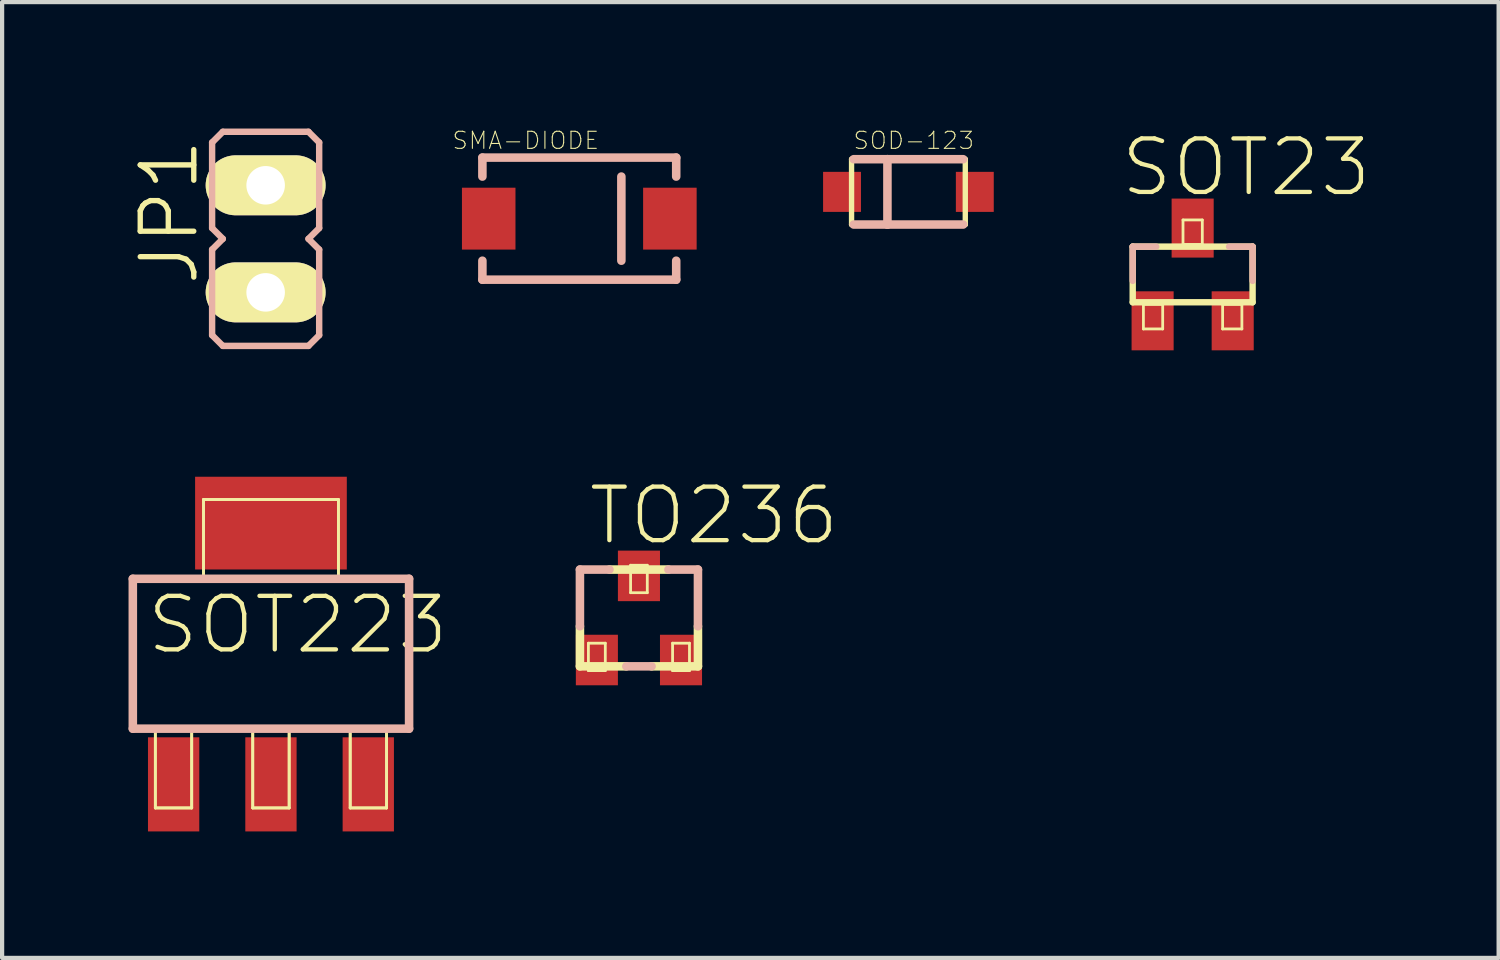
<source format=kicad_pcb>
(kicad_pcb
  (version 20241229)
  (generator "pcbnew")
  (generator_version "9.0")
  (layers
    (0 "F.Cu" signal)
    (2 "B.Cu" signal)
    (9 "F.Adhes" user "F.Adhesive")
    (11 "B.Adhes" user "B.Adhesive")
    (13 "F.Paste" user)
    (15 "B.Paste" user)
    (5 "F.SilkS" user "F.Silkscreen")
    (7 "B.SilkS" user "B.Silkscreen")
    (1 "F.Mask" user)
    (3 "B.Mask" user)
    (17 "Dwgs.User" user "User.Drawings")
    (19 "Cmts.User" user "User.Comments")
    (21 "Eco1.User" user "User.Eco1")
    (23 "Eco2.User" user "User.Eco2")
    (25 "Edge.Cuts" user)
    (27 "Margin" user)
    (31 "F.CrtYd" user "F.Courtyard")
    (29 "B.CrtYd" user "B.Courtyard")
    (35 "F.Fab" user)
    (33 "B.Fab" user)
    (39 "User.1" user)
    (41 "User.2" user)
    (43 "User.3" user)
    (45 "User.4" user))
  (footprint "JP1"
    (layer "F.Cu")
    (at 3.252 2.616)
    (property "Reference" "JP1" (at -2.286 -0.635 90) (layer "F.SilkS") (effects (font (size 1.27 1.27) (thickness 0.127))))
    (attr exclude_from_pos_files exclude_from_bom)
    (fp_line (start -0.305 -1.575) (end 0.305 -1.575) (stroke (width 0.066) (type solid)) (layer "F.SilkS"))
    (fp_line (start -0.305 -0.965) (end -0.305 -1.575) (stroke (width 0.066) (type solid)) (layer "F.SilkS"))
    (fp_line (start -0.305 -0.965) (end 0.305 -0.965) (stroke (width 0.066) (type solid)) (layer "F.SilkS"))
    (fp_line (start -0.305 0.965) (end 0.305 0.965) (stroke (width 0.066) (type solid)) (layer "F.SilkS"))
    (fp_line (start -0.305 1.575) (end -0.305 0.965) (stroke (width 0.066) (type solid)) (layer "F.SilkS"))
    (fp_line (start -0.305 1.575) (end 0.305 1.575) (stroke (width 0.066) (type solid)) (layer "F.SilkS"))
    (fp_line (start 0.305 -0.965) (end 0.305 -1.575) (stroke (width 0.066) (type solid)) (layer "F.SilkS"))
    (fp_line (start 0.305 1.575) (end 0.305 0.965) (stroke (width 0.066) (type solid)) (layer "F.SilkS"))
    (fp_line (start -1.27 -2.286) (end -1.27 -0.254) (stroke (width 0.152) (type solid)) (layer "B.SilkS"))
    (fp_line (start -1.27 -2.286) (end -1.016 -2.54) (stroke (width 0.152) (type solid)) (layer "B.SilkS"))
    (fp_line (start -1.27 0.254) (end -1.27 2.286) (stroke (width 0.152) (type solid)) (layer "B.SilkS"))
    (fp_line (start -1.016 0) (end -1.27 -0.254) (stroke (width 0.152) (type solid)) (layer "B.SilkS"))
    (fp_line (start -1.016 0) (end -1.27 0.254) (stroke (width 0.152) (type solid)) (layer "B.SilkS"))
    (fp_line (start -1.016 2.54) (end -1.27 2.286) (stroke (width 0.152) (type solid)) (layer "B.SilkS"))
    (fp_line (start -1.016 2.54) (end 1.016 2.54) (stroke (width 0.152) (type solid)) (layer "B.SilkS"))
    (fp_line (start 1.016 -2.54) (end -1.016 -2.54) (stroke (width 0.152) (type solid)) (layer "B.SilkS"))
    (fp_line (start 1.016 0) (end 1.27 -0.254) (stroke (width 0.152) (type solid)) (layer "B.SilkS"))
    (fp_line (start 1.016 0) (end 1.27 0.254) (stroke (width 0.152) (type solid)) (layer "B.SilkS"))
    (fp_line (start 1.016 2.54) (end 1.27 2.286) (stroke (width 0.152) (type solid)) (layer "B.SilkS"))
    (fp_line (start 1.27 -2.286) (end 1.016 -2.54) (stroke (width 0.152) (type solid)) (layer "B.SilkS"))
    (fp_line (start 1.27 -2.286) (end 1.27 -0.254) (stroke (width 0.152) (type solid)) (layer "B.SilkS"))
    (fp_line (start 1.27 0.254) (end 1.27 2.286) (stroke (width 0.152) (type solid)) (layer "B.SilkS"))
    (pad "1" thru_hole oval (at 0 1.27 90) (size 1.422 2.845) (drill 0.914) (layers "*.Cu" "F.Mask" "F.SilkS" "F.Paste"))
    (pad "2" thru_hole oval (at 0 -1.27 90) (size 1.422 2.845) (drill 0.914) (layers "*.Cu" "F.Mask" "F.SilkS" "F.Paste")))
  (footprint "SOT223"
    (layer "F.Cu")
    (at 3.378 12.459)
    (property "Reference" "SOT223" (at 0.635 -0.686 0) (layer "F.SilkS") (effects (font (size 1.27 1.27) (thickness 0.102))))
    (attr smd)
    (fp_line (start -2.743 1.801) (end -1.88 1.801) (stroke (width 0.066) (type solid)) (layer "F.SilkS"))
    (fp_line (start -2.743 1.801) (end -1.88 1.801) (stroke (width 0.066) (type solid)) (layer "F.SilkS"))
    (fp_line (start -2.743 3.658) (end -2.743 1.801) (stroke (width 0.066) (type solid)) (layer "F.SilkS"))
    (fp_line (start -2.743 3.658) (end -2.743 1.801) (stroke (width 0.066) (type solid)) (layer "F.SilkS"))
    (fp_line (start -2.743 3.658) (end -1.88 3.658) (stroke (width 0.066) (type solid)) (layer "F.SilkS"))
    (fp_line (start -2.743 3.658) (end -1.88 3.658) (stroke (width 0.066) (type solid)) (layer "F.SilkS"))
    (fp_line (start -1.88 3.658) (end -1.88 1.801) (stroke (width 0.066) (type solid)) (layer "F.SilkS"))
    (fp_line (start -1.88 3.658) (end -1.88 1.801) (stroke (width 0.066) (type solid)) (layer "F.SilkS"))
    (fp_line (start -1.6 -3.658) (end 1.6 -3.658) (stroke (width 0.066) (type solid)) (layer "F.SilkS"))
    (fp_line (start -1.6 -3.658) (end 1.6 -3.658) (stroke (width 0.066) (type solid)) (layer "F.SilkS"))
    (fp_line (start -1.6 -1.801) (end -1.6 -3.658) (stroke (width 0.066) (type solid)) (layer "F.SilkS"))
    (fp_line (start -1.6 -1.801) (end -1.6 -3.658) (stroke (width 0.066) (type solid)) (layer "F.SilkS"))
    (fp_line (start -1.6 -1.801) (end 1.6 -1.801) (stroke (width 0.066) (type solid)) (layer "F.SilkS"))
    (fp_line (start -1.6 -1.801) (end 1.6 -1.801) (stroke (width 0.066) (type solid)) (layer "F.SilkS"))
    (fp_line (start -0.432 1.801) (end 0.432 1.801) (stroke (width 0.066) (type solid)) (layer "F.SilkS"))
    (fp_line (start -0.432 1.801) (end 0.432 1.801) (stroke (width 0.066) (type solid)) (layer "F.SilkS"))
    (fp_line (start -0.432 3.658) (end -0.432 1.801) (stroke (width 0.066) (type solid)) (layer "F.SilkS"))
    (fp_line (start -0.432 3.658) (end -0.432 1.801) (stroke (width 0.066) (type solid)) (layer "F.SilkS"))
    (fp_line (start -0.432 3.658) (end 0.432 3.658) (stroke (width 0.066) (type solid)) (layer "F.SilkS"))
    (fp_line (start -0.432 3.658) (end 0.432 3.658) (stroke (width 0.066) (type solid)) (layer "F.SilkS"))
    (fp_line (start 0.432 3.658) (end 0.432 1.801) (stroke (width 0.066) (type solid)) (layer "F.SilkS"))
    (fp_line (start 0.432 3.658) (end 0.432 1.801) (stroke (width 0.066) (type solid)) (layer "F.SilkS"))
    (fp_line (start 1.6 -1.801) (end 1.6 -3.658) (stroke (width 0.066) (type solid)) (layer "F.SilkS"))
    (fp_line (start 1.6 -1.801) (end 1.6 -3.658) (stroke (width 0.066) (type solid)) (layer "F.SilkS"))
    (fp_line (start 1.88 1.801) (end 2.743 1.801) (stroke (width 0.066) (type solid)) (layer "F.SilkS"))
    (fp_line (start 1.88 1.801) (end 2.743 1.801) (stroke (width 0.066) (type solid)) (layer "F.SilkS"))
    (fp_line (start 1.88 3.658) (end 1.88 1.801) (stroke (width 0.066) (type solid)) (layer "F.SilkS"))
    (fp_line (start 1.88 3.658) (end 1.88 1.801) (stroke (width 0.066) (type solid)) (layer "F.SilkS"))
    (fp_line (start 1.88 3.658) (end 2.743 3.658) (stroke (width 0.066) (type solid)) (layer "F.SilkS"))
    (fp_line (start 1.88 3.658) (end 2.743 3.658) (stroke (width 0.066) (type solid)) (layer "F.SilkS"))
    (fp_line (start 2.743 3.658) (end 2.743 1.801) (stroke (width 0.066) (type solid)) (layer "F.SilkS"))
    (fp_line (start 2.743 3.658) (end 2.743 1.801) (stroke (width 0.066) (type solid)) (layer "F.SilkS"))
    (fp_line (start -3.277 -1.778) (end 3.277 -1.778) (stroke (width 0.203) (type solid)) (layer "B.SilkS"))
    (fp_line (start -3.277 1.778) (end -3.277 -1.778) (stroke (width 0.203) (type solid)) (layer "B.SilkS"))
    (fp_line (start 3.277 -1.778) (end 3.277 1.778) (stroke (width 0.203) (type solid)) (layer "B.SilkS"))
    (fp_line (start 3.277 1.778) (end -3.277 1.778) (stroke (width 0.203) (type solid)) (layer "B.SilkS"))
    (pad "1" smd rect (at -2.309 3.099) (size 1.217 2.233) (layers "F.Cu" "F.Mask" "F.Paste"))
    (pad "2" smd rect (at 0 3.099) (size 1.217 2.233) (layers "F.Cu" "F.Mask" "F.Paste"))
    (pad "3" smd rect (at 2.309 3.099) (size 1.217 2.233) (layers "F.Cu" "F.Mask" "F.Paste"))
    (pad "4" smd rect (at 0 -3.099) (size 3.599 2.2) (layers "F.Cu" "F.Mask" "F.Paste")))
  (footprint "TO236"
    (layer "F.Cu")
    (at 12.108 11.61)
    (property "Reference" "TO236" (at 1.778 -2.428 0) (layer "F.SilkS") (effects (font (size 1.27 1.27) (thickness 0.102))))
    (attr smd)
    (fp_line (start -1.4 0.198) (end -1.4 1.148) (stroke (width 0.203) (type solid)) (layer "F.SilkS"))
    (fp_line (start -1.4 1.148) (end -0.3 1.148) (stroke (width 0.203) (type solid)) (layer "F.SilkS"))
    (fp_line (start -1.199 0.599) (end -0.798 0.599) (stroke (width 0.066) (type solid)) (layer "F.SilkS"))
    (fp_line (start -1.199 1.25) (end -1.199 0.599) (stroke (width 0.066) (type solid)) (layer "F.SilkS"))
    (fp_line (start -1.199 1.25) (end -0.798 1.25) (stroke (width 0.066) (type solid)) (layer "F.SilkS"))
    (fp_line (start -0.798 1.25) (end -0.798 0.599) (stroke (width 0.066) (type solid)) (layer "F.SilkS"))
    (fp_line (start -0.699 -1.148) (end 0.699 -1.148) (stroke (width 0.203) (type solid)) (layer "F.SilkS"))
    (fp_line (start -0.198 -1.25) (end 0.198 -1.25) (stroke (width 0.066) (type solid)) (layer "F.SilkS"))
    (fp_line (start -0.198 -0.599) (end -0.198 -1.25) (stroke (width 0.066) (type solid)) (layer "F.SilkS"))
    (fp_line (start -0.198 -0.599) (end 0.198 -0.599) (stroke (width 0.066) (type solid)) (layer "F.SilkS"))
    (fp_line (start 0.198 -0.599) (end 0.198 -1.25) (stroke (width 0.066) (type solid)) (layer "F.SilkS"))
    (fp_line (start 0.3 1.148) (end 1.4 1.148) (stroke (width 0.203) (type solid)) (layer "F.SilkS"))
    (fp_line (start 0.798 0.599) (end 1.199 0.599) (stroke (width 0.066) (type solid)) (layer "F.SilkS"))
    (fp_line (start 0.798 1.25) (end 0.798 0.599) (stroke (width 0.066) (type solid)) (layer "F.SilkS"))
    (fp_line (start 0.798 1.25) (end 1.199 1.25) (stroke (width 0.066) (type solid)) (layer "F.SilkS"))
    (fp_line (start 1.199 1.25) (end 1.199 0.599) (stroke (width 0.066) (type solid)) (layer "F.SilkS"))
    (fp_line (start 1.4 1.148) (end 1.4 0.198) (stroke (width 0.203) (type solid)) (layer "F.SilkS"))
    (fp_line (start -1.4 -1.148) (end -1.4 0.198) (stroke (width 0.203) (type solid)) (layer "B.SilkS"))
    (fp_line (start -1.4 -1.148) (end -0.699 -1.148) (stroke (width 0.203) (type solid)) (layer "B.SilkS"))
    (fp_line (start -0.3 1.148) (end 0.3 1.148) (stroke (width 0.203) (type solid)) (layer "B.SilkS"))
    (fp_line (start 1.4 -1.148) (end 0.699 -1.148) (stroke (width 0.203) (type solid)) (layer "B.SilkS"))
    (fp_line (start 1.4 0.198) (end 1.4 -1.148) (stroke (width 0.203) (type solid)) (layer "B.SilkS"))
    (pad "A" smd rect (at -0.998 0.998) (size 0.998 1.199) (layers "F.Cu" "F.Mask" "F.Paste"))
    (pad "C" smd rect (at 0 -0.998) (size 0.998 1.199) (layers "F.Cu" "F.Mask" "F.Paste"))
    (pad "NC" smd rect (at 0.998 0.998) (size 0.998 1.199) (layers "F.Cu" "F.Mask" "F.Paste")))
  (footprint "SOT23"
    (layer "F.Cu")
    (at 25.244 3.461)
    (property "Reference" "SOT23" (at 1.27 -2.54 0) (layer "F.SilkS") (effects (font (size 1.27 1.27) (thickness 0.102))))
    (attr smd)
    (fp_line (start -1.422 -0.66) (end 1.422 -0.66) (stroke (width 0.152) (type solid)) (layer "F.SilkS"))
    (fp_line (start -1.422 0.66) (end -1.422 -0.66) (stroke (width 0.152) (type solid)) (layer "F.SilkS"))
    (fp_line (start -1.168 0.711) (end -0.711 0.711) (stroke (width 0.066) (type solid)) (layer "F.SilkS"))
    (fp_line (start -1.168 1.293) (end -1.168 0.711) (stroke (width 0.066) (type solid)) (layer "F.SilkS"))
    (fp_line (start -1.168 1.293) (end -0.711 1.293) (stroke (width 0.066) (type solid)) (layer "F.SilkS"))
    (fp_line (start -0.711 1.293) (end -0.711 0.711) (stroke (width 0.066) (type solid)) (layer "F.SilkS"))
    (fp_line (start -0.229 -1.293) (end 0.229 -1.293) (stroke (width 0.066) (type solid)) (layer "F.SilkS"))
    (fp_line (start -0.229 -0.711) (end -0.229 -1.293) (stroke (width 0.066) (type solid)) (layer "F.SilkS"))
    (fp_line (start -0.229 -0.711) (end 0.229 -0.711) (stroke (width 0.066) (type solid)) (layer "F.SilkS"))
    (fp_line (start 0.229 -0.711) (end 0.229 -1.293) (stroke (width 0.066) (type solid)) (layer "F.SilkS"))
    (fp_line (start 0.711 0.711) (end 1.168 0.711) (stroke (width 0.066) (type solid)) (layer "F.SilkS"))
    (fp_line (start 0.711 1.293) (end 0.711 0.711) (stroke (width 0.066) (type solid)) (layer "F.SilkS"))
    (fp_line (start 0.711 1.293) (end 1.168 1.293) (stroke (width 0.066) (type solid)) (layer "F.SilkS"))
    (fp_line (start 1.168 1.293) (end 1.168 0.711) (stroke (width 0.066) (type solid)) (layer "F.SilkS"))
    (fp_line (start 1.422 -0.66) (end 1.422 0.66) (stroke (width 0.152) (type solid)) (layer "F.SilkS"))
    (fp_line (start 1.422 0.66) (end -1.422 0.66) (stroke (width 0.152) (type solid)) (layer "F.SilkS"))
    (fp_line (start -1.422 -0.66) (end -0.864 -0.66) (stroke (width 0.152) (type solid)) (layer "B.SilkS"))
    (fp_line (start -1.422 0.152) (end -1.422 -0.66) (stroke (width 0.152) (type solid)) (layer "B.SilkS"))
    (fp_line (start 0.864 -0.66) (end 1.422 -0.66) (stroke (width 0.152) (type solid)) (layer "B.SilkS"))
    (fp_line (start 1.422 -0.66) (end 1.422 0.152) (stroke (width 0.152) (type solid)) (layer "B.SilkS"))
    (pad "1" smd rect (at -0.95 1.1) (size 0.998 1.4) (layers "F.Cu" "F.Mask" "F.Paste"))
    (pad "2" smd rect (at 0.95 1.1) (size 0.998 1.4) (layers "F.Cu" "F.Mask" "F.Paste"))
    (pad "3" smd rect (at 0 -1.1) (size 0.998 1.4) (layers "F.Cu" "F.Mask" "F.Paste")))
  (footprint "SOD-123"
    (layer "F.Cu")
    (at 18.501 1.502)
    (property "Reference" "SOD-123" (at 0.127 -1.219 0) (layer "F.SilkS") (effects (font (size 0.406 0.406) (thickness 0.025))))
    (attr smd)
    (fp_line (start -1.349 -0.775) (end 1.349 -0.775) (stroke (width 0.127) (type solid)) (layer "F.SilkS"))
    (fp_line (start -1.349 0.775) (end -1.349 -0.775) (stroke (width 0.127) (type solid)) (layer "F.SilkS"))
    (fp_line (start 1.349 -0.775) (end 1.349 0.775) (stroke (width 0.127) (type solid)) (layer "F.SilkS"))
    (fp_line (start 1.349 0.775) (end -1.349 0.775) (stroke (width 0.127) (type solid)) (layer "F.SilkS"))
    (fp_line (start -1.298 -0.775) (end -0.498 -0.775) (stroke (width 0.203) (type solid)) (layer "B.SilkS"))
    (fp_line (start -1.298 0.775) (end -0.498 0.775) (stroke (width 0.203) (type solid)) (layer "B.SilkS"))
    (fp_line (start -0.498 -0.775) (end -0.498 0.775) (stroke (width 0.203) (type solid)) (layer "B.SilkS"))
    (fp_line (start -0.498 -0.775) (end 1.298 -0.775) (stroke (width 0.203) (type solid)) (layer "B.SilkS"))
    (fp_line (start -0.498 0.775) (end 1.298 0.775) (stroke (width 0.203) (type solid)) (layer "B.SilkS"))
    (pad "A" smd rect (at 1.575 0) (size 0.899 0.95) (layers "F.Cu" "F.Mask" "F.Paste"))
    (pad "C" smd rect (at -1.575 0) (size 0.899 0.95) (layers "F.Cu" "F.Mask" "F.Paste")))
  (footprint "SMA-DIODE"
    (layer "F.Cu")
    (at 10.693 2.137)
    (property "Reference" "SMA-DIODE" (at -1.27 -1.854 0) (layer "F.SilkS") (effects (font (size 0.406 0.406) (thickness 0.025))))
    (attr smd)
    (fp_line (start -2.299 -1.448) (end 2.299 -1.448) (stroke (width 0.203) (type solid)) (layer "B.SilkS"))
    (fp_line (start -2.299 -0.998) (end -2.299 -1.448) (stroke (width 0.203) (type solid)) (layer "B.SilkS"))
    (fp_line (start -2.299 1.448) (end -2.299 0.998) (stroke (width 0.203) (type solid)) (layer "B.SilkS"))
    (fp_line (start 0.998 -0.998) (end 0.998 0.998) (stroke (width 0.203) (type solid)) (layer "B.SilkS"))
    (fp_line (start 2.299 -1.448) (end 2.299 -0.998) (stroke (width 0.203) (type solid)) (layer "B.SilkS"))
    (fp_line (start 2.299 0.998) (end 2.299 1.448) (stroke (width 0.203) (type solid)) (layer "B.SilkS"))
    (fp_line (start 2.299 1.448) (end -2.299 1.448) (stroke (width 0.203) (type solid)) (layer "B.SilkS"))
    (pad "A" smd rect (at -2.149 0 180) (size 1.27 1.468) (layers "F.Cu" "F.Mask" "F.Paste"))
    (pad "C" smd rect (at 2.149 0) (size 1.27 1.468) (layers "F.Cu" "F.Mask" "F.Paste")))
  (gr_rect
    (start -3 -3)
    (end 32.503 19.675)
    (stroke (width 0.1) (type default))
    (fill no)
    (layer "Edge.Cuts")))
</source>
